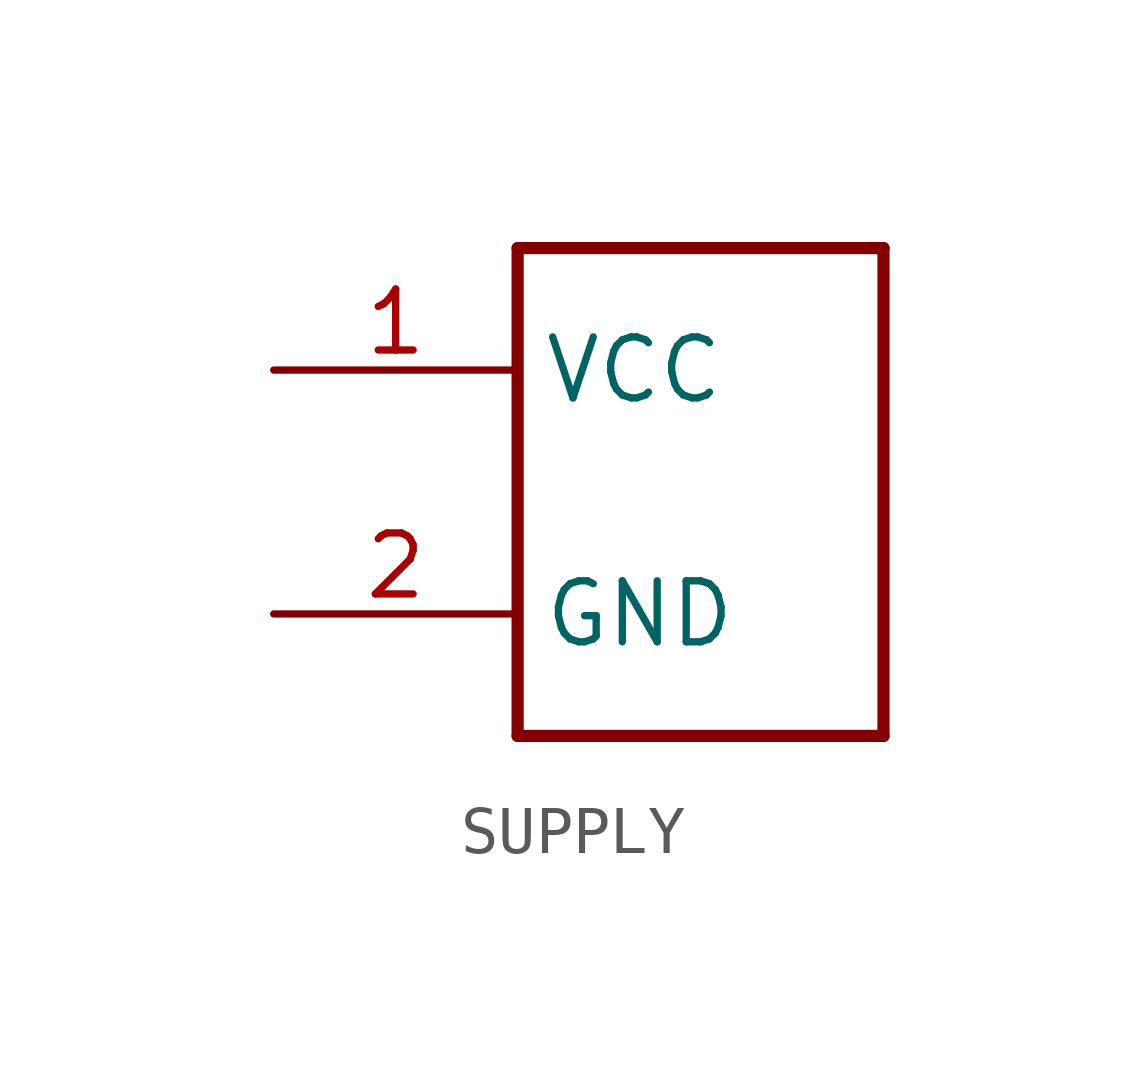
<source format=kicad_sym>
(kicad_symbol_lib
  (version 20231120)
  (generator "kicad_symbol_editor")
  (generator_version "8.0")
  (symbol "SUPPLY"
    (property "Reference" ""
      (at 0 0 0)
      (effects (font (size 1.27 1.27)) (hide yes)))
    (property "ki_locked" ""
      (at 0 0 0)
      (effects (font (size 1.27 1.27))))
    (symbol "SUPPLY_1_0"
      (polyline (pts (xy 2.54 -5.08) (xy 10.16 -5.08)) (stroke (width 0.254) (type solid)) (fill (type none)))
      (polyline (pts (xy 2.54 5.08) (xy 2.54 -5.08)) (stroke (width 0.254) (type solid)) (fill (type none)))
      (polyline (pts (xy 10.16 -5.08) (xy 10.16 5.08)) (stroke (width 0.254) (type solid)) (fill (type none)))
      (polyline (pts (xy 10.16 5.08) (xy 2.54 5.08)) (stroke (width 0.254) (type solid)) (fill (type none)))
      (pin power_in line (at -2.54 2.54 0) (length 5.08) (name "VCC" (effects (font (size 1.27 1.27)))) (number "1" (effects (font (size 1.27 1.27)))))
      (pin power_in line (at -2.54 -2.54 0) (length 5.08) (name "GND" (effects (font (size 1.27 1.27)))) (number "2" (effects (font (size 1.27 1.27))))))))
</source>
